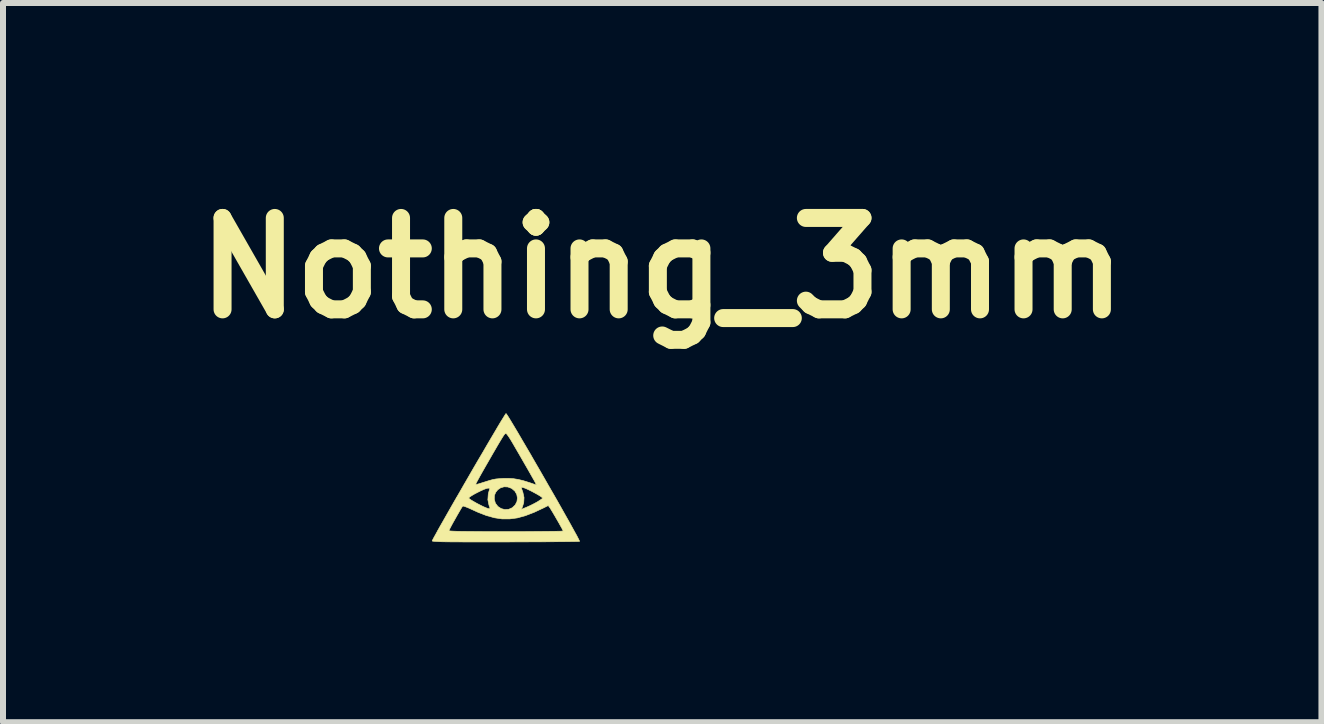
<source format=kicad_pcb>
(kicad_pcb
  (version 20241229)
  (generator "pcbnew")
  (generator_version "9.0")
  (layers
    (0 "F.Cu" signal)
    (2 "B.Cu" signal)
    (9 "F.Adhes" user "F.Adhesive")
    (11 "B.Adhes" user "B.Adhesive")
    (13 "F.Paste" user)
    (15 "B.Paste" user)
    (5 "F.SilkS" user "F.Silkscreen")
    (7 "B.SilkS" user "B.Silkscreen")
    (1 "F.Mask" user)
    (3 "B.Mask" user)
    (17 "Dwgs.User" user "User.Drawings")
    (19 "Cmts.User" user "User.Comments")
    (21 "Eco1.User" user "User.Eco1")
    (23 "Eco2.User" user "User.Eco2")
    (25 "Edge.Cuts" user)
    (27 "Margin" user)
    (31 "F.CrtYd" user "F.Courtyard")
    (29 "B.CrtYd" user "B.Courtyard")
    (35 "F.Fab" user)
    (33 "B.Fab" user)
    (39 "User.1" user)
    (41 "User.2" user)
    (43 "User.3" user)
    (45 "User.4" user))
  (footprint "Nothing_3mm"
    (layer "F.Cu")
    (at 5.374 4.923)
    (property "Reference" "Nothing_3mm" (at 2.616 -3.505 0) (layer "F.SilkS") (effects (font (size 1.524 1.524) (thickness 0.3))))
    (attr through_hole)
    (fp_poly (pts (xy 0.021 -1.068) (xy 0.042 -1.037) (xy 0.073 -0.987) (xy 0.113 -0.921) (xy 0.161 -0.841) (xy 0.217 -0.747) (xy 0.278 -0.642) (xy 0.345 -0.528) (xy 0.416 -0.407) (xy 0.489 -0.28) (xy 0.565 -0.149) (xy 0.641 -0.017) (xy 0.717 0.116) (xy 0.792 0.246) (xy 0.865 0.373) (xy 0.934 0.495) (xy 0.998 0.609) (xy 1.058 0.715) (xy 1.11 0.809) (xy 1.155 0.891) (xy 1.192 0.957) (xy 1.218 1.008) (xy 1.234 1.04) (xy 1.238 1.052) (xy 1.225 1.053) (xy 1.188 1.054) (xy 1.13 1.055) (xy 1.053 1.056) (xy 0.96 1.057) (xy 0.852 1.058) (xy 0.732 1.059) (xy 0.601 1.06) (xy 0.463 1.06) (xy 0.319 1.061) (xy 0.171 1.061) (xy 0.021 1.062) (xy -0.127 1.062) (xy -0.273 1.062) (xy -0.414 1.062) (xy -0.548 1.062) (xy -0.672 1.062) (xy -0.785 1.061) (xy -0.883 1.061) (xy -0.966 1.06) (xy -1.031 1.059) (xy -1.076 1.058) (xy -1.076 1.058) (xy -1.133 1.055) (xy -1.179 1.052) (xy -1.21 1.049) (xy -1.219 1.045) (xy -1.213 1.031) (xy -1.195 0.996) (xy -1.166 0.944) (xy -1.128 0.875) (xy -1.128 0.874) (xy -0.94 0.874) (xy -0.934 0.877) (xy -0.917 0.879) (xy -0.887 0.881) (xy -0.843 0.883) (xy -0.783 0.885) (xy -0.706 0.886) (xy -0.61 0.887) (xy -0.494 0.888) (xy -0.358 0.889) (xy -0.199 0.889) (xy -0.016 0.889) (xy 0.013 0.889) (xy 0.166 0.889) (xy 0.311 0.889) (xy 0.447 0.888) (xy 0.571 0.887) (xy 0.682 0.886) (xy 0.778 0.885) (xy 0.855 0.884) (xy 0.914 0.883) (xy 0.951 0.881) (xy 0.965 0.88) (xy 0.965 0.88) (xy 0.959 0.866) (xy 0.943 0.834) (xy 0.918 0.79) (xy 0.888 0.736) (xy 0.855 0.679) (xy 0.822 0.622) (xy 0.791 0.569) (xy 0.764 0.525) (xy 0.745 0.494) (xy 0.738 0.485) (xy 0.716 0.455) (xy 0.634 0.496) (xy 0.478 0.569) (xy 0.334 0.624) (xy 0.201 0.661) (xy 0.073 0.678) (xy -0.053 0.678) (xy -0.18 0.659) (xy -0.314 0.622) (xy -0.456 0.567) (xy -0.537 0.53) (xy -0.602 0.5) (xy -0.654 0.479) (xy -0.691 0.466) (xy -0.71 0.464) (xy -0.71 0.465) (xy -0.722 0.481) (xy -0.743 0.515) (xy -0.77 0.562) (xy -0.802 0.617) (xy -0.835 0.676) (xy -0.868 0.734) (xy -0.897 0.787) (xy -0.92 0.831) (xy -0.935 0.862) (xy -0.94 0.874) (xy -1.128 0.874) (xy -1.082 0.792) (xy -1.027 0.696) (xy -0.967 0.59) (xy -0.901 0.474) (xy -0.831 0.352) (xy -0.818 0.33) (xy -0.61 0.33) (xy -0.599 0.342) (xy -0.57 0.363) (xy -0.528 0.388) (xy -0.477 0.417) (xy -0.423 0.445) (xy -0.371 0.471) (xy -0.325 0.491) (xy -0.291 0.504) (xy -0.276 0.507) (xy -0.257 0.506) (xy -0.254 0.503) (xy -0.258 0.489) (xy -0.268 0.46) (xy -0.273 0.445) (xy -0.291 0.357) (xy -0.29 0.349) (xy -0.184 0.349) (xy -0.166 0.413) (xy -0.163 0.419) (xy -0.123 0.471) (xy -0.069 0.506) (xy -0.008 0.522) (xy 0.032 0.519) (xy 0.267 0.519) (xy 0.359 0.481) (xy 0.419 0.454) (xy 0.486 0.42) (xy 0.537 0.392) (xy 0.577 0.366) (xy 0.607 0.346) (xy 0.622 0.333) (xy 0.622 0.332) (xy 0.612 0.319) (xy 0.583 0.298) (xy 0.54 0.272) (xy 0.489 0.244) (xy 0.435 0.215) (xy 0.382 0.189) (xy 0.335 0.168) (xy 0.3 0.155) (xy 0.284 0.152) (xy 0.274 0.152) (xy 0.269 0.156) (xy 0.27 0.168) (xy 0.279 0.195) (xy 0.293 0.235) (xy 0.312 0.322) (xy 0.307 0.407) (xy 0.286 0.475) (xy 0.267 0.519) (xy 0.032 0.519) (xy 0.056 0.518) (xy 0.116 0.492) (xy 0.165 0.445) (xy 0.194 0.389) (xy 0.202 0.329) (xy 0.191 0.269) (xy 0.159 0.214) (xy 0.107 0.17) (xy 0.106 0.169) (xy 0.042 0.145) (xy -0.019 0.142) (xy -0.076 0.158) (xy -0.124 0.19) (xy -0.16 0.234) (xy -0.182 0.288) (xy -0.184 0.349) (xy -0.29 0.349) (xy -0.284 0.265) (xy -0.274 0.224) (xy -0.256 0.165) (xy -0.291 0.165) (xy -0.317 0.171) (xy -0.357 0.186) (xy -0.406 0.208) (xy -0.459 0.234) (xy -0.511 0.261) (xy -0.557 0.288) (xy -0.591 0.31) (xy -0.608 0.326) (xy -0.61 0.33) (xy -0.818 0.33) (xy -0.757 0.225) (xy -0.689 0.106) (xy -0.495 0.106) (xy -0.484 0.104) (xy -0.453 0.096) (xy -0.407 0.082) (xy -0.351 0.064) (xy -0.34 0.061) (xy -0.267 0.038) (xy -0.209 0.022) (xy -0.156 0.012) (xy -0.099 0.007) (xy -0.037 0.003) (xy 0.053 0.002) (xy 0.134 0.007) (xy 0.215 0.02) (xy 0.302 0.041) (xy 0.404 0.073) (xy 0.413 0.076) (xy 0.52 0.113) (xy 0.496 0.064) (xy 0.482 0.038) (xy 0.456 -0.007) (xy 0.421 -0.069) (xy 0.379 -0.143) (xy 0.33 -0.228) (xy 0.277 -0.32) (xy 0.221 -0.417) (xy 0.164 -0.515) (xy 0.113 -0.603) (xy 0.081 -0.656) (xy 0.051 -0.701) (xy 0.028 -0.732) (xy 0.013 -0.746) (xy 0.013 -0.746) (xy 0.006 -0.746) (xy -0.001 -0.744) (xy -0.01 -0.736) (xy -0.022 -0.721) (xy -0.038 -0.697) (xy -0.06 -0.662) (xy -0.089 -0.614) (xy -0.127 -0.55) (xy -0.174 -0.469) (xy -0.232 -0.369) (xy -0.252 -0.334) (xy -0.32 -0.216) (xy -0.376 -0.118) (xy -0.42 -0.04) (xy -0.453 0.02) (xy -0.477 0.064) (xy -0.49 0.092) (xy -0.495 0.106) (xy -0.495 0.106) (xy -0.689 0.106) (xy -0.682 0.094) (xy -0.605 -0.039) (xy -0.529 -0.171) (xy -0.453 -0.301) (xy -0.379 -0.426) (xy -0.309 -0.547) (xy -0.243 -0.659) (xy -0.182 -0.762) (xy -0.128 -0.854) (xy -0.081 -0.933) (xy -0.042 -0.996) (xy -0.013 -1.043) (xy 0.005 -1.071) (xy 0.012 -1.079) (xy 0.021 -1.068)) (stroke (width 0.01) (type solid)) (fill yes) (layer "F.SilkS")))
  (gr_rect
    (start -3 -3)
    (end 18.98 8.99)
    (stroke (width 0.1) (type default))
    (fill no)
    (layer "Edge.Cuts")))
</source>
